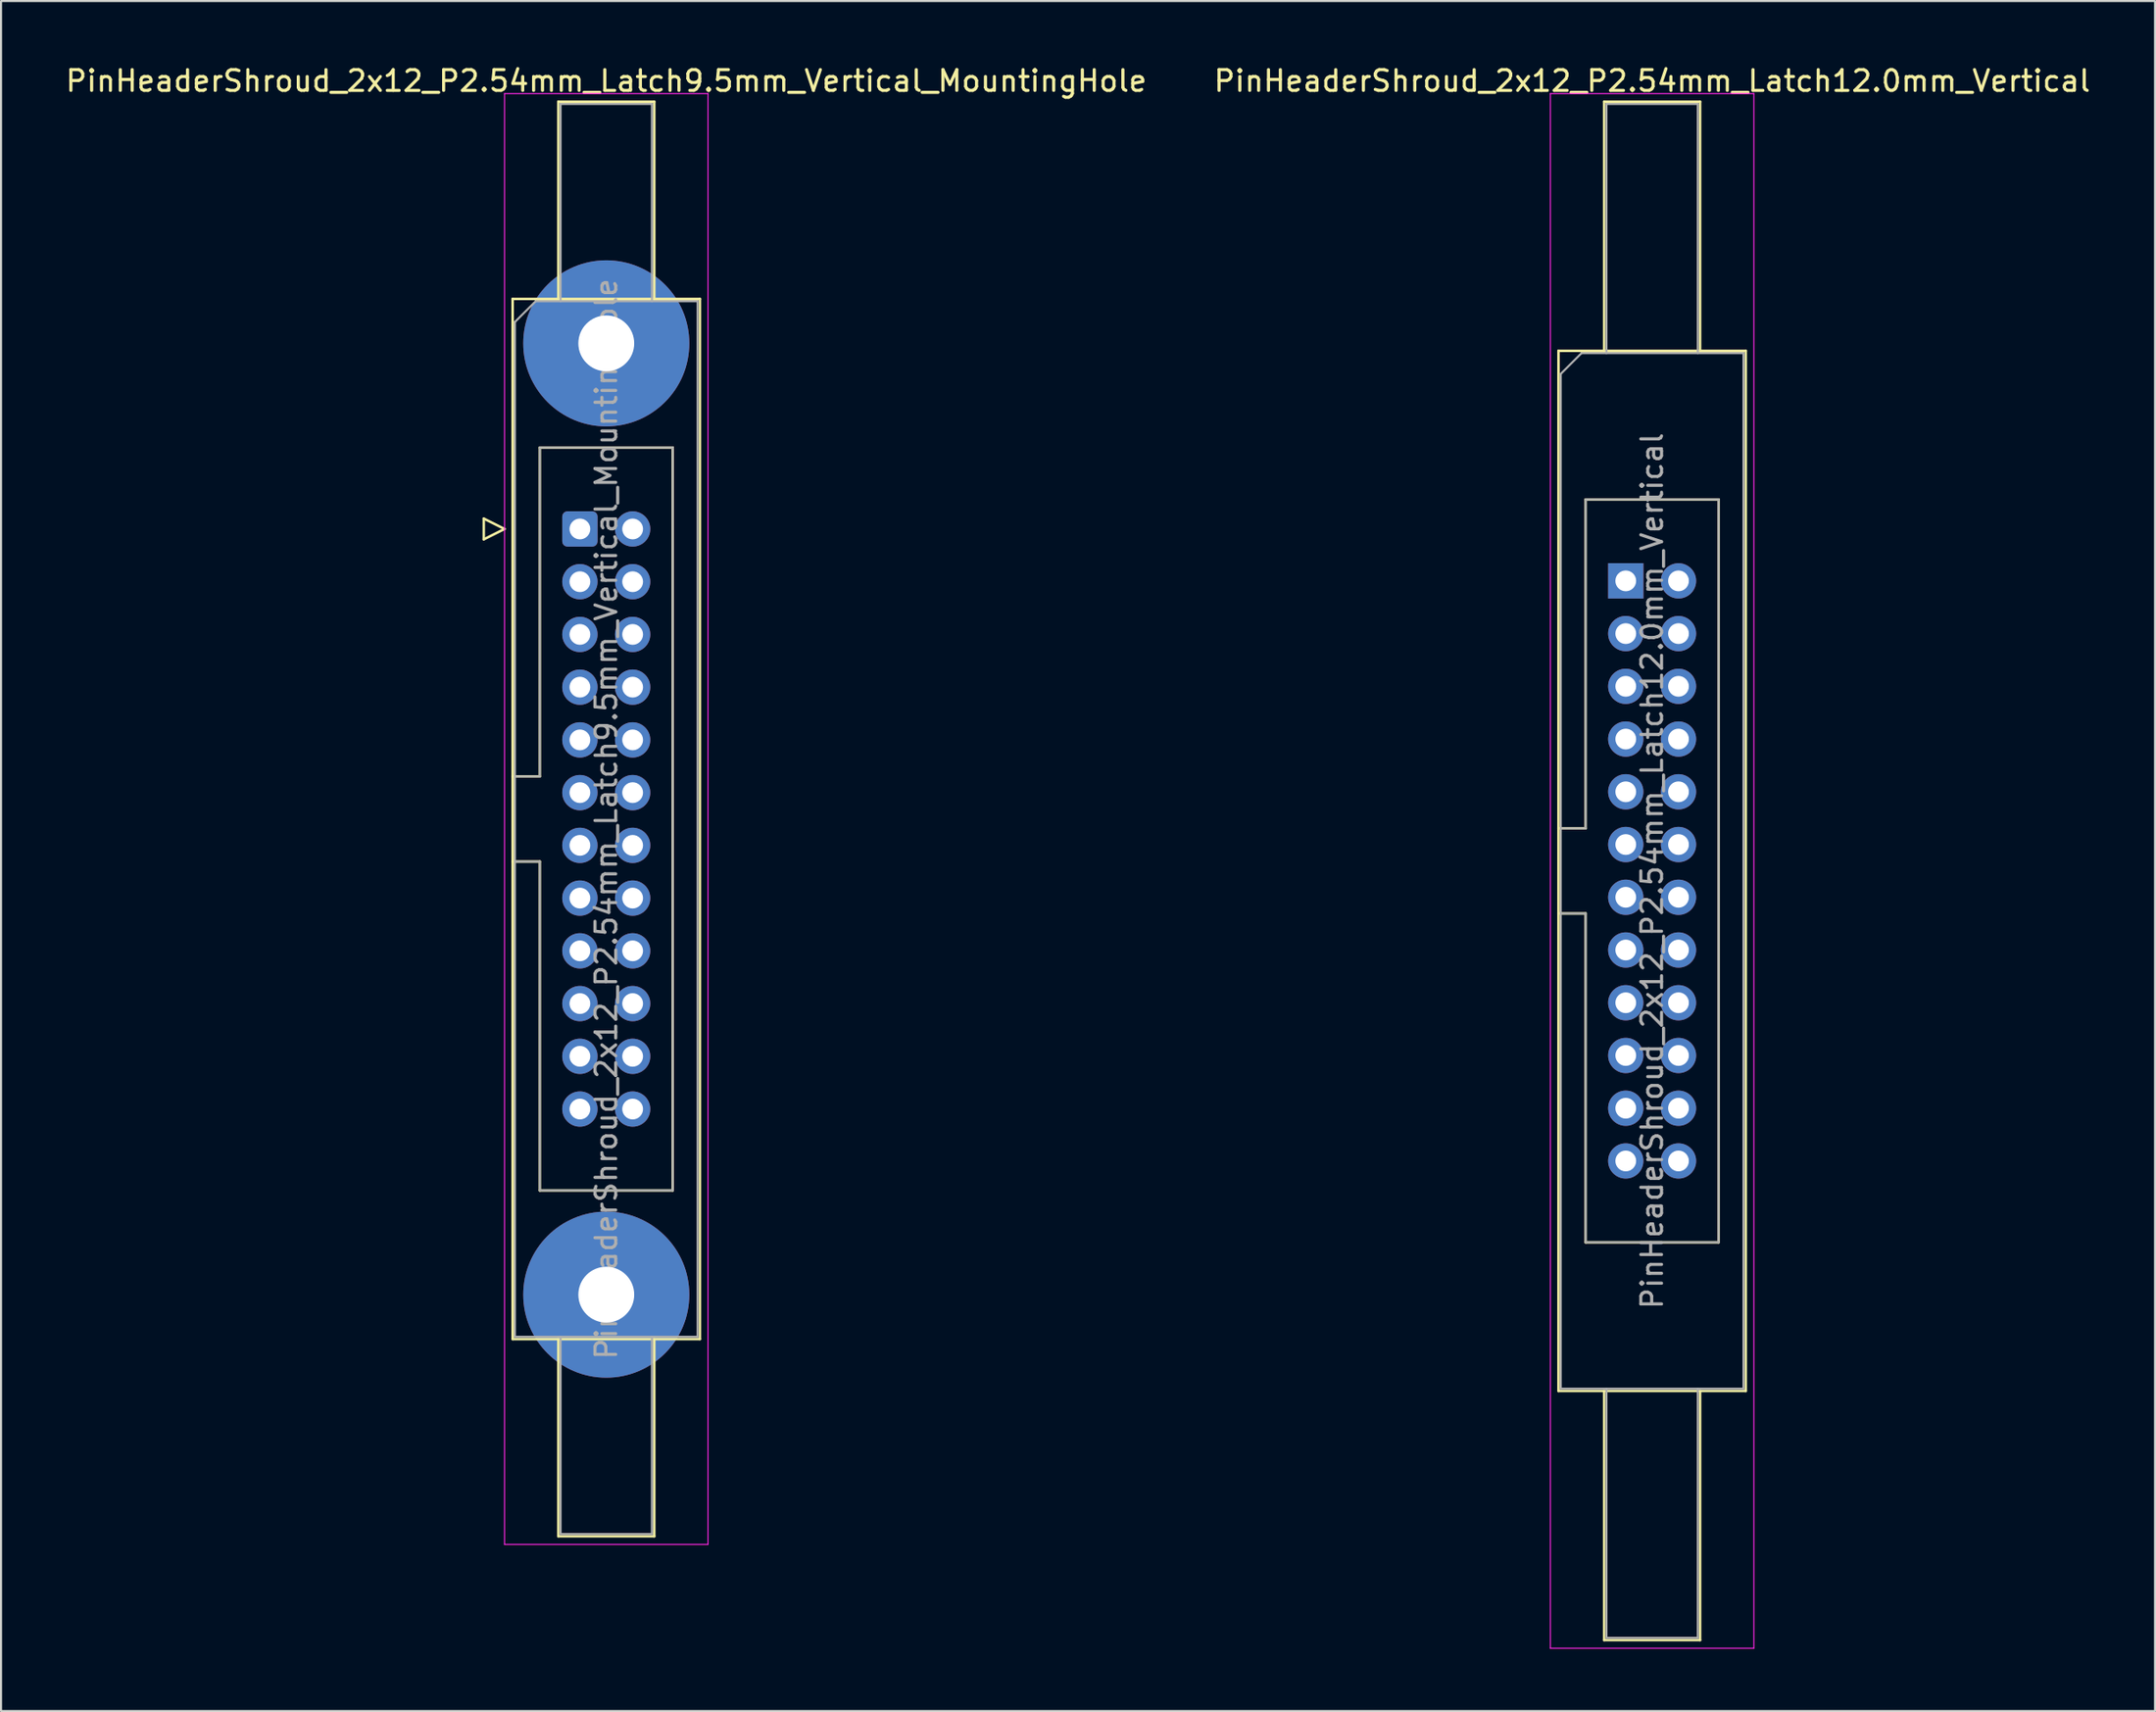
<source format=kicad_pcb>
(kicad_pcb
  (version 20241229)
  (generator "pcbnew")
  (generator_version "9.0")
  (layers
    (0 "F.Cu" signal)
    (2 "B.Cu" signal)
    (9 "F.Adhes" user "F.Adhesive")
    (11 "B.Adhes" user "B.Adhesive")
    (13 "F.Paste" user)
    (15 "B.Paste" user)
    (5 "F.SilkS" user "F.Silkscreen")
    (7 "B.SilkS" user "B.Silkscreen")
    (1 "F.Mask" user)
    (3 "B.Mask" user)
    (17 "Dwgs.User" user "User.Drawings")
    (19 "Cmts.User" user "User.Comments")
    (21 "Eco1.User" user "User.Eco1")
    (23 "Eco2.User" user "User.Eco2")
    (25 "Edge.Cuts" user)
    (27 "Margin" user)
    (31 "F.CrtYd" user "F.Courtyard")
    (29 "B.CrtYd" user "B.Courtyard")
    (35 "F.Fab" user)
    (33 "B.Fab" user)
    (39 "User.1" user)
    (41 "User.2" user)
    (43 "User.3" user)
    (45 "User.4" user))
  (footprint "PinHeaderShroud_2x12_P2.54mm_Latch9.5mm_Vertical_MountingHole"
    (layer "F.Cu")
    (at 24.879 22.428)
    (property "Reference" "PinHeaderShroud_2x12_P2.54mm_Latch9.5mm_Vertical_MountingHole" (at 1.27 -21.58 0) (layer "F.SilkS") (effects (font (size 1 1) (thickness 0.15))))
    (attr through_hole)
    (fp_line (start -4.63 -0.5) (end -4.63 0.5) (stroke (width 0.12) (type solid)) (layer "F.SilkS"))
    (fp_line (start -4.63 0.5) (end -3.63 0) (stroke (width 0.12) (type solid)) (layer "F.SilkS"))
    (fp_line (start -3.63 0) (end -4.63 -0.5) (stroke (width 0.12) (type solid)) (layer "F.SilkS"))
    (fp_line (start -3.24 -11.08) (end 5.78 -11.08) (stroke (width 0.12) (type solid)) (layer "F.SilkS"))
    (fp_line (start -3.24 11.92) (end -1.93 11.92) (stroke (width 0.12) (type solid)) (layer "F.SilkS"))
    (fp_line (start -3.24 16.02) (end -1.93 16.02) (stroke (width 0.12) (type solid)) (layer "F.SilkS"))
    (fp_line (start -3.24 39.02) (end -3.24 -11.08) (stroke (width 0.12) (type solid)) (layer "F.SilkS"))
    (fp_line (start -1.93 -3.92) (end 4.47 -3.92) (stroke (width 0.12) (type solid)) (layer "F.SilkS"))
    (fp_line (start -1.93 11.92) (end -1.93 -3.92) (stroke (width 0.12) (type solid)) (layer "F.SilkS"))
    (fp_line (start -1.93 31.86) (end -1.93 16.02) (stroke (width 0.12) (type solid)) (layer "F.SilkS"))
    (fp_line (start -1.04 -20.58) (end 3.58 -20.58) (stroke (width 0.12) (type solid)) (layer "F.SilkS"))
    (fp_line (start -1.04 -11.08) (end -1.04 -20.58) (stroke (width 0.12) (type solid)) (layer "F.SilkS"))
    (fp_line (start -1.04 39.02) (end -1.04 48.52) (stroke (width 0.12) (type solid)) (layer "F.SilkS"))
    (fp_line (start -1.04 48.52) (end 3.58 48.52) (stroke (width 0.12) (type solid)) (layer "F.SilkS"))
    (fp_line (start 3.58 -20.58) (end 3.58 -11.08) (stroke (width 0.12) (type solid)) (layer "F.SilkS"))
    (fp_line (start 3.58 48.52) (end 3.58 39.02) (stroke (width 0.12) (type solid)) (layer "F.SilkS"))
    (fp_line (start 4.47 -3.92) (end 4.47 31.86) (stroke (width 0.12) (type solid)) (layer "F.SilkS"))
    (fp_line (start 4.47 31.86) (end -1.93 31.86) (stroke (width 0.12) (type solid)) (layer "F.SilkS"))
    (fp_line (start 5.78 -11.08) (end 5.78 39.02) (stroke (width 0.12) (type solid)) (layer "F.SilkS"))
    (fp_line (start 5.78 39.02) (end -3.24 39.02) (stroke (width 0.12) (type solid)) (layer "F.SilkS"))
    (fp_line (start -3.63 -20.97) (end -3.63 48.91) (stroke (width 0.05) (type solid)) (layer "F.CrtYd"))
    (fp_line (start -3.63 48.91) (end 6.17 48.91) (stroke (width 0.05) (type solid)) (layer "F.CrtYd"))
    (fp_line (start 6.17 -20.97) (end -3.63 -20.97) (stroke (width 0.05) (type solid)) (layer "F.CrtYd"))
    (fp_line (start 6.17 48.91) (end 6.17 -20.97) (stroke (width 0.05) (type solid)) (layer "F.CrtYd"))
    (fp_line (start -3.13 -9.97) (end -2.13 -10.97) (stroke (width 0.1) (type solid)) (layer "F.Fab"))
    (fp_line (start -3.13 11.92) (end -1.93 11.92) (stroke (width 0.1) (type solid)) (layer "F.Fab"))
    (fp_line (start -3.13 16.02) (end -1.93 16.02) (stroke (width 0.1) (type solid)) (layer "F.Fab"))
    (fp_line (start -3.13 38.91) (end -3.13 -9.97) (stroke (width 0.1) (type solid)) (layer "F.Fab"))
    (fp_line (start -2.13 -10.97) (end 5.67 -10.97) (stroke (width 0.1) (type solid)) (layer "F.Fab"))
    (fp_line (start -1.93 -3.92) (end 4.47 -3.92) (stroke (width 0.1) (type solid)) (layer "F.Fab"))
    (fp_line (start -1.93 11.92) (end -1.93 -3.92) (stroke (width 0.1) (type solid)) (layer "F.Fab"))
    (fp_line (start -1.93 31.86) (end -1.93 16.02) (stroke (width 0.1) (type solid)) (layer "F.Fab"))
    (fp_line (start -0.93 -20.47) (end 3.47 -20.47) (stroke (width 0.1) (type solid)) (layer "F.Fab"))
    (fp_line (start -0.93 -10.97) (end -0.93 -20.47) (stroke (width 0.1) (type solid)) (layer "F.Fab"))
    (fp_line (start -0.93 38.91) (end -0.93 48.41) (stroke (width 0.1) (type solid)) (layer "F.Fab"))
    (fp_line (start -0.93 48.41) (end 3.47 48.41) (stroke (width 0.1) (type solid)) (layer "F.Fab"))
    (fp_line (start 3.47 -20.47) (end 3.47 -10.97) (stroke (width 0.1) (type solid)) (layer "F.Fab"))
    (fp_line (start 3.47 48.41) (end 3.47 38.91) (stroke (width 0.1) (type solid)) (layer "F.Fab"))
    (fp_line (start 4.47 -3.92) (end 4.47 31.86) (stroke (width 0.1) (type solid)) (layer "F.Fab"))
    (fp_line (start 4.47 31.86) (end -1.93 31.86) (stroke (width 0.1) (type solid)) (layer "F.Fab"))
    (fp_line (start 5.67 -10.97) (end 5.67 38.91) (stroke (width 0.1) (type solid)) (layer "F.Fab"))
    (fp_line (start 5.67 38.91) (end -3.13 38.91) (stroke (width 0.1) (type solid)) (layer "F.Fab"))
    (fp_text user "${REFERENCE}" (at 1.27 13.97 90) (layer "F.Fab") (effects (font (size 1 1) (thickness 0.15))))
    (pad "" thru_hole circle (at 1.27 -8.94) (size 8 8) (drill 2.69) (layers "*.Cu" "*.Mask"))
    (pad "" thru_hole circle (at 1.27 36.88) (size 8 8) (drill 2.69) (layers "*.Cu" "*.Mask"))
    (pad "1" thru_hole roundrect (at 0 0) (size 1.7 1.7) (drill 1) (layers "*.Cu" "*.Mask") (roundrect_rratio 0.147))
    (pad "2" thru_hole circle (at 2.54 0) (size 1.7 1.7) (drill 1) (layers "*.Cu" "*.Mask"))
    (pad "3" thru_hole circle (at 0 2.54) (size 1.7 1.7) (drill 1) (layers "*.Cu" "*.Mask"))
    (pad "4" thru_hole circle (at 2.54 2.54) (size 1.7 1.7) (drill 1) (layers "*.Cu" "*.Mask"))
    (pad "5" thru_hole circle (at 0 5.08) (size 1.7 1.7) (drill 1) (layers "*.Cu" "*.Mask"))
    (pad "6" thru_hole circle (at 2.54 5.08) (size 1.7 1.7) (drill 1) (layers "*.Cu" "*.Mask"))
    (pad "7" thru_hole circle (at 0 7.62) (size 1.7 1.7) (drill 1) (layers "*.Cu" "*.Mask"))
    (pad "8" thru_hole circle (at 2.54 7.62) (size 1.7 1.7) (drill 1) (layers "*.Cu" "*.Mask"))
    (pad "9" thru_hole circle (at 0 10.16) (size 1.7 1.7) (drill 1) (layers "*.Cu" "*.Mask"))
    (pad "10" thru_hole circle (at 2.54 10.16) (size 1.7 1.7) (drill 1) (layers "*.Cu" "*.Mask"))
    (pad "11" thru_hole circle (at 0 12.7) (size 1.7 1.7) (drill 1) (layers "*.Cu" "*.Mask"))
    (pad "12" thru_hole circle (at 2.54 12.7) (size 1.7 1.7) (drill 1) (layers "*.Cu" "*.Mask"))
    (pad "13" thru_hole circle (at 0 15.24) (size 1.7 1.7) (drill 1) (layers "*.Cu" "*.Mask"))
    (pad "14" thru_hole circle (at 2.54 15.24) (size 1.7 1.7) (drill 1) (layers "*.Cu" "*.Mask"))
    (pad "15" thru_hole circle (at 0 17.78) (size 1.7 1.7) (drill 1) (layers "*.Cu" "*.Mask"))
    (pad "16" thru_hole circle (at 2.54 17.78) (size 1.7 1.7) (drill 1) (layers "*.Cu" "*.Mask"))
    (pad "17" thru_hole circle (at 0 20.32) (size 1.7 1.7) (drill 1) (layers "*.Cu" "*.Mask"))
    (pad "18" thru_hole circle (at 2.54 20.32) (size 1.7 1.7) (drill 1) (layers "*.Cu" "*.Mask"))
    (pad "19" thru_hole circle (at 0 22.86) (size 1.7 1.7) (drill 1) (layers "*.Cu" "*.Mask"))
    (pad "20" thru_hole circle (at 2.54 22.86) (size 1.7 1.7) (drill 1) (layers "*.Cu" "*.Mask"))
    (pad "21" thru_hole circle (at 0 25.4) (size 1.7 1.7) (drill 1) (layers "*.Cu" "*.Mask"))
    (pad "22" thru_hole circle (at 2.54 25.4) (size 1.7 1.7) (drill 1) (layers "*.Cu" "*.Mask"))
    (pad "23" thru_hole circle (at 0 27.94) (size 1.7 1.7) (drill 1) (layers "*.Cu" "*.Mask"))
    (pad "24" thru_hole circle (at 2.54 27.94) (size 1.7 1.7) (drill 1) (layers "*.Cu" "*.Mask")))
  (footprint "PinHeaderShroud_2x12_P2.54mm_Latch12.0mm_Vertical"
    (layer "F.Cu")
    (at 75.248 24.928)
    (property "Reference" "PinHeaderShroud_2x12_P2.54mm_Latch12.0mm_Vertical" (at 1.27 -24.08 0) (layer "F.SilkS") (effects (font (size 1 1) (thickness 0.15))))
    (attr through_hole)
    (fp_line (start -3.24 -11.08) (end 5.78 -11.08) (stroke (width 0.12) (type solid)) (layer "F.SilkS"))
    (fp_line (start -3.24 11.92) (end -1.93 11.92) (stroke (width 0.12) (type solid)) (layer "F.SilkS"))
    (fp_line (start -3.24 16.02) (end -1.93 16.02) (stroke (width 0.12) (type solid)) (layer "F.SilkS"))
    (fp_line (start -3.24 39.02) (end -3.24 -11.08) (stroke (width 0.12) (type solid)) (layer "F.SilkS"))
    (fp_line (start -1.93 -3.92) (end 4.47 -3.92) (stroke (width 0.12) (type solid)) (layer "F.SilkS"))
    (fp_line (start -1.93 11.92) (end -1.93 -3.92) (stroke (width 0.12) (type solid)) (layer "F.SilkS"))
    (fp_line (start -1.93 31.86) (end -1.93 16.02) (stroke (width 0.12) (type solid)) (layer "F.SilkS"))
    (fp_line (start -1.04 -23.08) (end 3.58 -23.08) (stroke (width 0.12) (type solid)) (layer "F.SilkS"))
    (fp_line (start -1.04 -11.08) (end -1.04 -23.08) (stroke (width 0.12) (type solid)) (layer "F.SilkS"))
    (fp_line (start -1.04 39.02) (end -1.04 51.02) (stroke (width 0.12) (type solid)) (layer "F.SilkS"))
    (fp_line (start -1.04 51.02) (end 3.58 51.02) (stroke (width 0.12) (type solid)) (layer "F.SilkS"))
    (fp_line (start 3.58 -23.08) (end 3.58 -11.08) (stroke (width 0.12) (type solid)) (layer "F.SilkS"))
    (fp_line (start 3.58 51.02) (end 3.58 39.02) (stroke (width 0.12) (type solid)) (layer "F.SilkS"))
    (fp_line (start 4.47 -3.92) (end 4.47 31.86) (stroke (width 0.12) (type solid)) (layer "F.SilkS"))
    (fp_line (start 4.47 31.86) (end -1.93 31.86) (stroke (width 0.12) (type solid)) (layer "F.SilkS"))
    (fp_line (start 5.78 -11.08) (end 5.78 39.02) (stroke (width 0.12) (type solid)) (layer "F.SilkS"))
    (fp_line (start 5.78 39.02) (end -3.24 39.02) (stroke (width 0.12) (type solid)) (layer "F.SilkS"))
    (fp_line (start -3.63 -23.47) (end -3.63 51.41) (stroke (width 0.05) (type solid)) (layer "F.CrtYd"))
    (fp_line (start -3.63 51.41) (end 6.17 51.41) (stroke (width 0.05) (type solid)) (layer "F.CrtYd"))
    (fp_line (start 6.17 -23.47) (end -3.63 -23.47) (stroke (width 0.05) (type solid)) (layer "F.CrtYd"))
    (fp_line (start 6.17 51.41) (end 6.17 -23.47) (stroke (width 0.05) (type solid)) (layer "F.CrtYd"))
    (fp_line (start -3.13 -9.97) (end -2.13 -10.97) (stroke (width 0.1) (type solid)) (layer "F.Fab"))
    (fp_line (start -3.13 11.92) (end -1.93 11.92) (stroke (width 0.1) (type solid)) (layer "F.Fab"))
    (fp_line (start -3.13 16.02) (end -1.93 16.02) (stroke (width 0.1) (type solid)) (layer "F.Fab"))
    (fp_line (start -3.13 38.91) (end -3.13 -9.97) (stroke (width 0.1) (type solid)) (layer "F.Fab"))
    (fp_line (start -2.13 -10.97) (end 5.67 -10.97) (stroke (width 0.1) (type solid)) (layer "F.Fab"))
    (fp_line (start -1.93 -3.92) (end 4.47 -3.92) (stroke (width 0.1) (type solid)) (layer "F.Fab"))
    (fp_line (start -1.93 11.92) (end -1.93 -3.92) (stroke (width 0.1) (type solid)) (layer "F.Fab"))
    (fp_line (start -1.93 31.86) (end -1.93 16.02) (stroke (width 0.1) (type solid)) (layer "F.Fab"))
    (fp_line (start -0.93 -22.97) (end 3.47 -22.97) (stroke (width 0.1) (type solid)) (layer "F.Fab"))
    (fp_line (start -0.93 -10.97) (end -0.93 -22.97) (stroke (width 0.1) (type solid)) (layer "F.Fab"))
    (fp_line (start -0.93 38.91) (end -0.93 50.91) (stroke (width 0.1) (type solid)) (layer "F.Fab"))
    (fp_line (start -0.93 50.91) (end 3.47 50.91) (stroke (width 0.1) (type solid)) (layer "F.Fab"))
    (fp_line (start 3.47 -22.97) (end 3.47 -10.97) (stroke (width 0.1) (type solid)) (layer "F.Fab"))
    (fp_line (start 3.47 50.91) (end 3.47 38.91) (stroke (width 0.1) (type solid)) (layer "F.Fab"))
    (fp_line (start 4.47 -3.92) (end 4.47 31.86) (stroke (width 0.1) (type solid)) (layer "F.Fab"))
    (fp_line (start 4.47 31.86) (end -1.93 31.86) (stroke (width 0.1) (type solid)) (layer "F.Fab"))
    (fp_line (start 5.67 -10.97) (end 5.67 38.91) (stroke (width 0.1) (type solid)) (layer "F.Fab"))
    (fp_line (start 5.67 38.91) (end -3.13 38.91) (stroke (width 0.1) (type solid)) (layer "F.Fab"))
    (fp_text user "${REFERENCE}" (at 1.27 13.97 90) (layer "F.Fab") (effects (font (size 1 1) (thickness 0.15))))
    (pad "1" thru_hole rect (at 0 0) (size 1.7 1.7) (drill 1) (layers "*.Cu" "*.Mask"))
    (pad "2" thru_hole circle (at 2.54 0) (size 1.7 1.7) (drill 1) (layers "*.Cu" "*.Mask"))
    (pad "3" thru_hole circle (at 0 2.54) (size 1.7 1.7) (drill 1) (layers "*.Cu" "*.Mask"))
    (pad "4" thru_hole circle (at 2.54 2.54) (size 1.7 1.7) (drill 1) (layers "*.Cu" "*.Mask"))
    (pad "5" thru_hole circle (at 0 5.08) (size 1.7 1.7) (drill 1) (layers "*.Cu" "*.Mask"))
    (pad "6" thru_hole circle (at 2.54 5.08) (size 1.7 1.7) (drill 1) (layers "*.Cu" "*.Mask"))
    (pad "7" thru_hole circle (at 0 7.62) (size 1.7 1.7) (drill 1) (layers "*.Cu" "*.Mask"))
    (pad "8" thru_hole circle (at 2.54 7.62) (size 1.7 1.7) (drill 1) (layers "*.Cu" "*.Mask"))
    (pad "9" thru_hole circle (at 0 10.16) (size 1.7 1.7) (drill 1) (layers "*.Cu" "*.Mask"))
    (pad "10" thru_hole circle (at 2.54 10.16) (size 1.7 1.7) (drill 1) (layers "*.Cu" "*.Mask"))
    (pad "11" thru_hole circle (at 0 12.7) (size 1.7 1.7) (drill 1) (layers "*.Cu" "*.Mask"))
    (pad "12" thru_hole circle (at 2.54 12.7) (size 1.7 1.7) (drill 1) (layers "*.Cu" "*.Mask"))
    (pad "13" thru_hole circle (at 0 15.24) (size 1.7 1.7) (drill 1) (layers "*.Cu" "*.Mask"))
    (pad "14" thru_hole circle (at 2.54 15.24) (size 1.7 1.7) (drill 1) (layers "*.Cu" "*.Mask"))
    (pad "15" thru_hole circle (at 0 17.78) (size 1.7 1.7) (drill 1) (layers "*.Cu" "*.Mask"))
    (pad "16" thru_hole circle (at 2.54 17.78) (size 1.7 1.7) (drill 1) (layers "*.Cu" "*.Mask"))
    (pad "17" thru_hole circle (at 0 20.32) (size 1.7 1.7) (drill 1) (layers "*.Cu" "*.Mask"))
    (pad "18" thru_hole circle (at 2.54 20.32) (size 1.7 1.7) (drill 1) (layers "*.Cu" "*.Mask"))
    (pad "19" thru_hole circle (at 0 22.86) (size 1.7 1.7) (drill 1) (layers "*.Cu" "*.Mask"))
    (pad "20" thru_hole circle (at 2.54 22.86) (size 1.7 1.7) (drill 1) (layers "*.Cu" "*.Mask"))
    (pad "21" thru_hole circle (at 0 25.4) (size 1.7 1.7) (drill 1) (layers "*.Cu" "*.Mask"))
    (pad "22" thru_hole circle (at 2.54 25.4) (size 1.7 1.7) (drill 1) (layers "*.Cu" "*.Mask"))
    (pad "23" thru_hole circle (at 0 27.94) (size 1.7 1.7) (drill 1) (layers "*.Cu" "*.Mask"))
    (pad "24" thru_hole circle (at 2.54 27.94) (size 1.7 1.7) (drill 1) (layers "*.Cu" "*.Mask")))
  (gr_rect
    (start -3 -3)
    (end 100.738 79.363)
    (stroke (width 0.1) (type default))
    (fill no)
    (layer "Edge.Cuts")))
</source>
